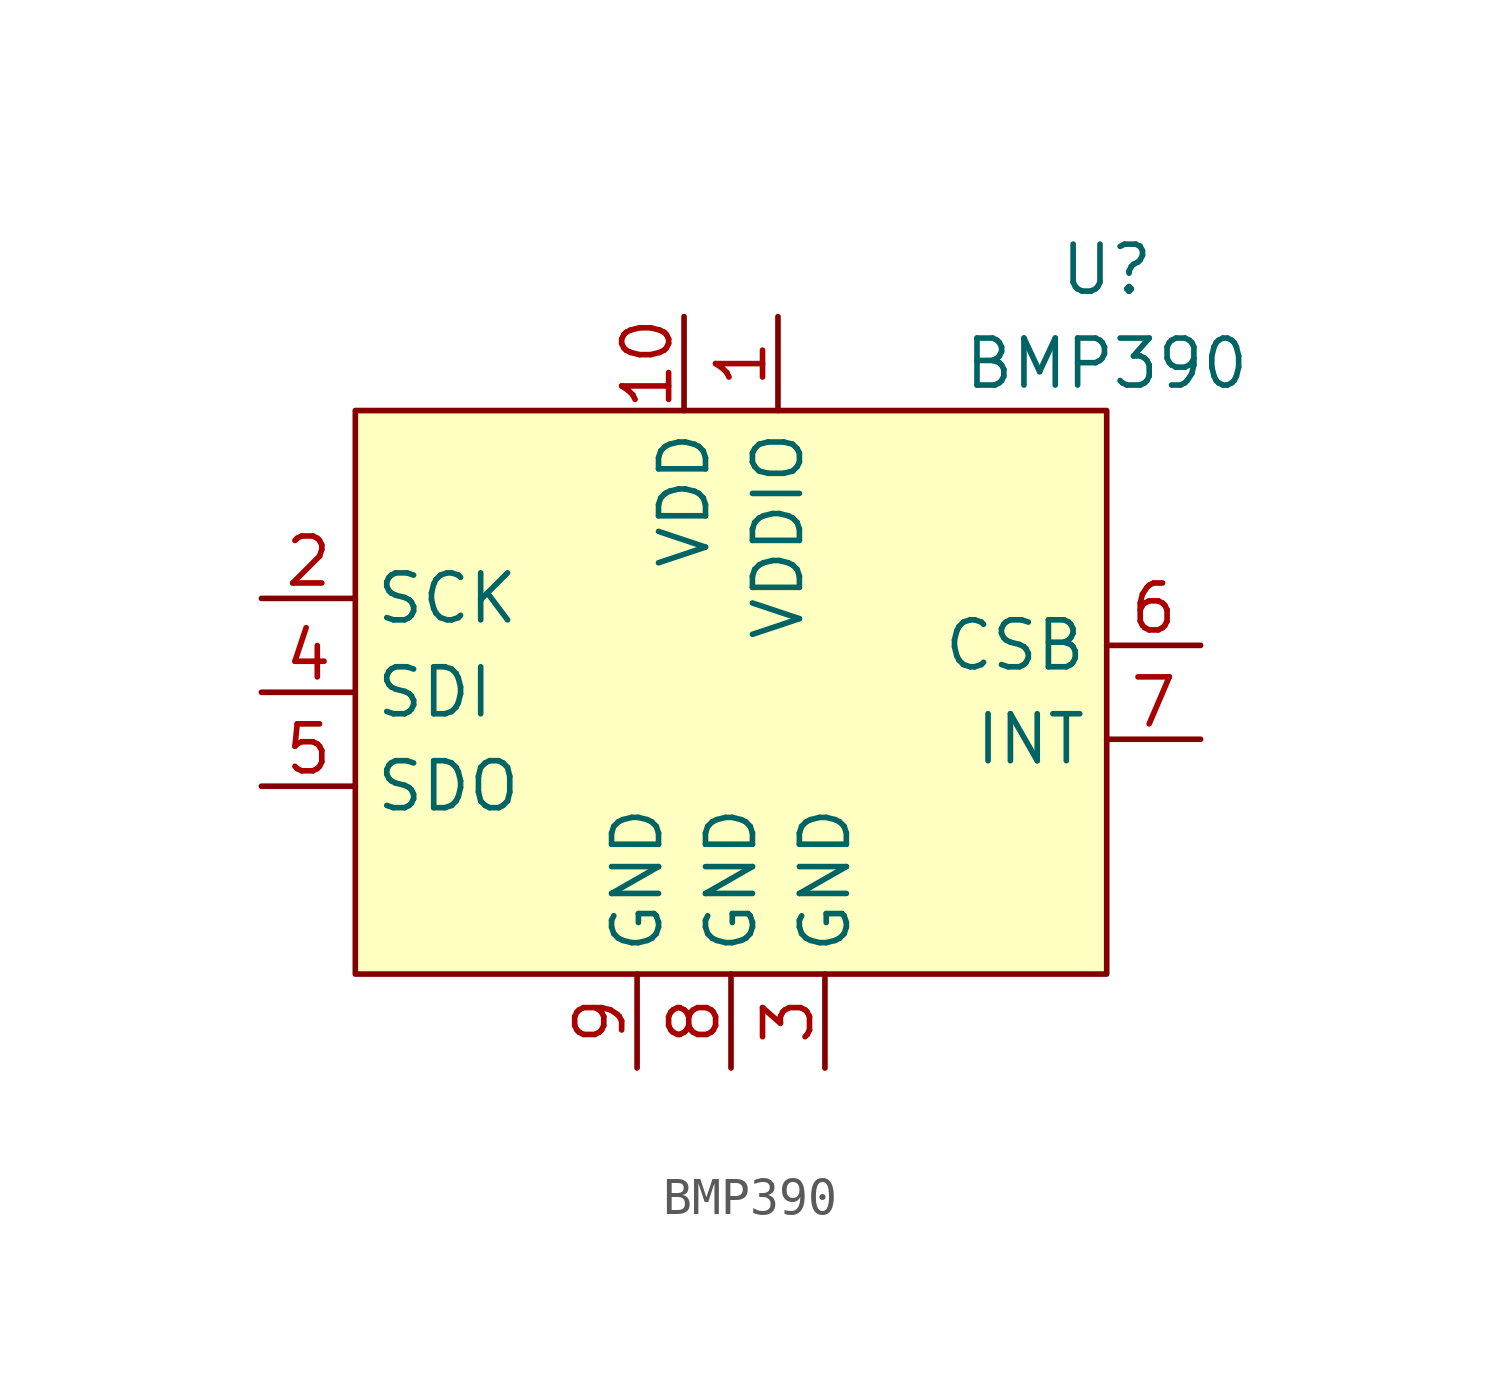
<source format=kicad_sym>
(kicad_symbol_lib
  (version 20211014)
  (generator kicad_symbol_editor)
  (symbol "BMP390"
    (property "Reference" "U"
      (at 10.16 11.43 0)
      (effects (font (size 1.27 1.27))))
    (property "Value" "BMP390"
      (at 10.16 8.89 0)
      (effects (font (size 1.27 1.27))))
    (symbol "BMP390_0_1"
      (rectangle (start -10.16 7.62) (end 10.16 -7.62) (stroke (width 0) (type default) (color 0 0 0 0)) (fill (type background))))
    (symbol "BMP390_1_1"
      (pin power_in line (at 1.27 10.16 270) (length 2.54) (name "VDDIO" (effects (font (size 1.27 1.27)))) (number "1" (effects (font (size 1.27 1.27)))))
      (pin power_in line (at -1.27 10.16 270) (length 2.54) (name "VDD" (effects (font (size 1.27 1.27)))) (number "10" (effects (font (size 1.27 1.27)))))
      (pin bidirectional line (at -12.7 2.54 0) (length 2.54) (name "SCK" (effects (font (size 1.27 1.27)))) (number "2" (effects (font (size 1.27 1.27)))))
      (pin power_in line (at 2.54 -10.16 90) (length 2.54) (name "GND" (effects (font (size 1.27 1.27)))) (number "3" (effects (font (size 1.27 1.27)))))
      (pin bidirectional line (at -12.7 0 0) (length 2.54) (name "SDI" (effects (font (size 1.27 1.27)))) (number "4" (effects (font (size 1.27 1.27)))))
      (pin bidirectional line (at -12.7 -2.54 0) (length 2.54) (name "SDO" (effects (font (size 1.27 1.27)))) (number "5" (effects (font (size 1.27 1.27)))))
      (pin bidirectional line (at 12.7 1.27 180) (length 2.54) (name "CSB" (effects (font (size 1.27 1.27)))) (number "6" (effects (font (size 1.27 1.27)))))
      (pin bidirectional line (at 12.7 -1.27 180) (length 2.54) (name "INT" (effects (font (size 1.27 1.27)))) (number "7" (effects (font (size 1.27 1.27)))))
      (pin power_in line (at 0 -10.16 90) (length 2.54) (name "GND" (effects (font (size 1.27 1.27)))) (number "8" (effects (font (size 1.27 1.27)))))
      (pin power_in line (at -2.54 -10.16 90) (length 2.54) (name "GND" (effects (font (size 1.27 1.27)))) (number "9" (effects (font (size 1.27 1.27))))))))
</source>
